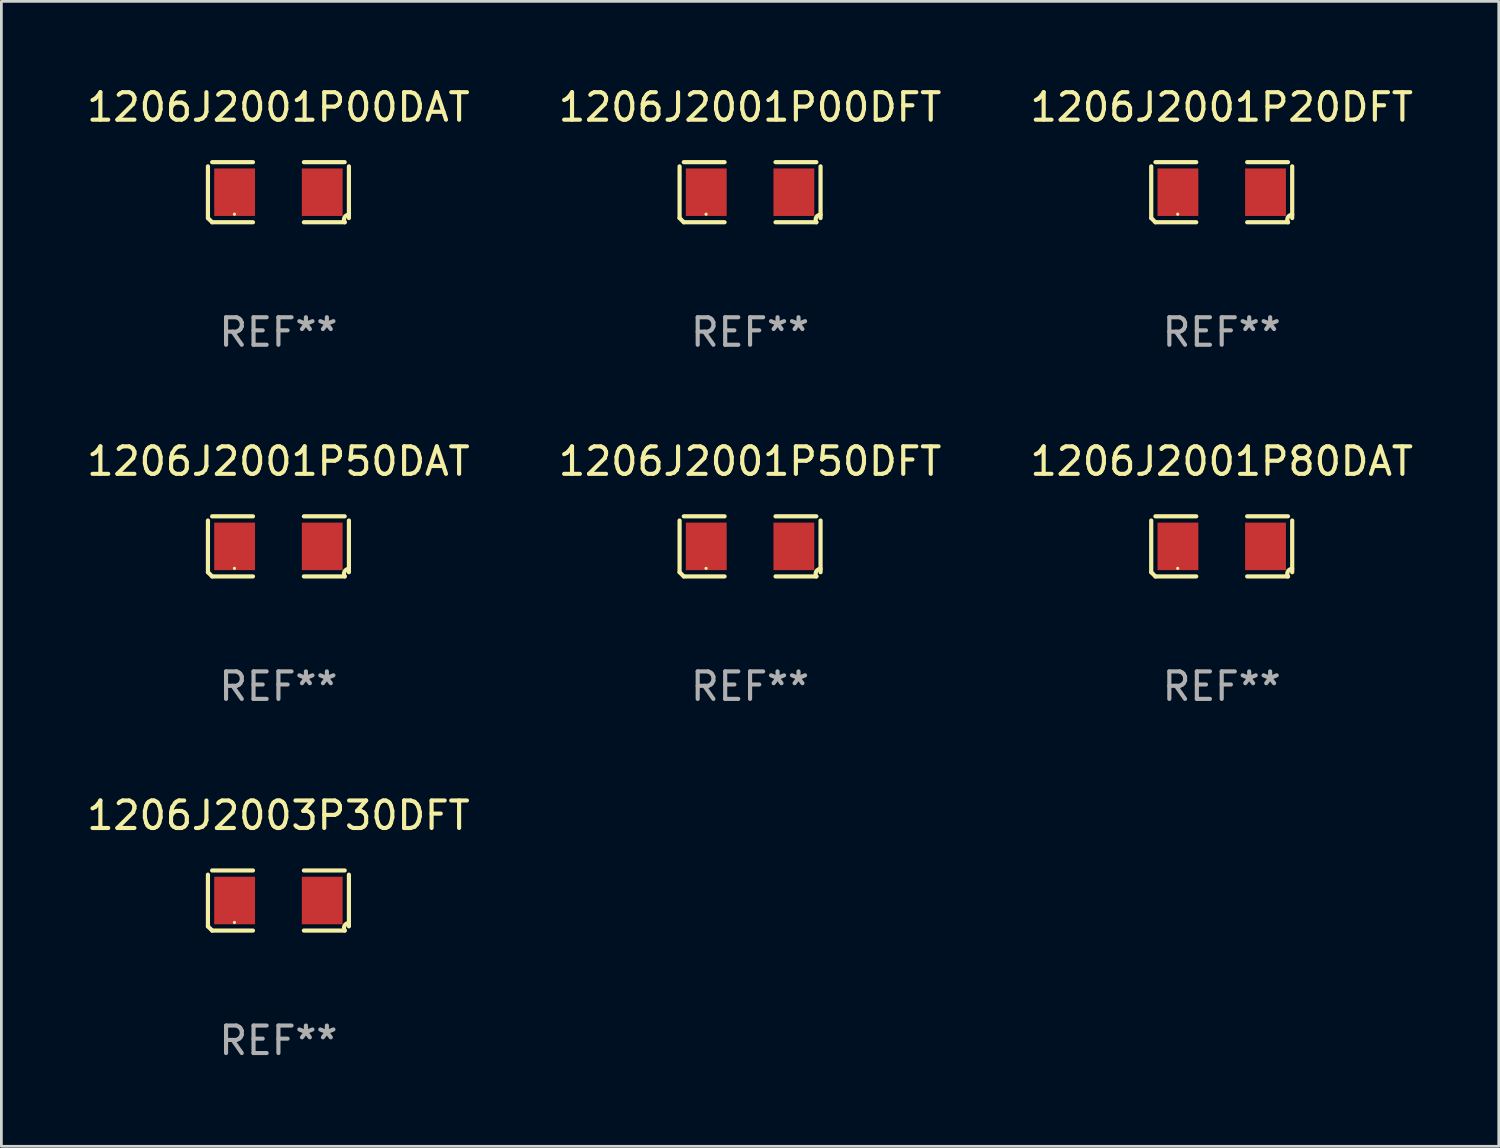
<source format=kicad_pcb>
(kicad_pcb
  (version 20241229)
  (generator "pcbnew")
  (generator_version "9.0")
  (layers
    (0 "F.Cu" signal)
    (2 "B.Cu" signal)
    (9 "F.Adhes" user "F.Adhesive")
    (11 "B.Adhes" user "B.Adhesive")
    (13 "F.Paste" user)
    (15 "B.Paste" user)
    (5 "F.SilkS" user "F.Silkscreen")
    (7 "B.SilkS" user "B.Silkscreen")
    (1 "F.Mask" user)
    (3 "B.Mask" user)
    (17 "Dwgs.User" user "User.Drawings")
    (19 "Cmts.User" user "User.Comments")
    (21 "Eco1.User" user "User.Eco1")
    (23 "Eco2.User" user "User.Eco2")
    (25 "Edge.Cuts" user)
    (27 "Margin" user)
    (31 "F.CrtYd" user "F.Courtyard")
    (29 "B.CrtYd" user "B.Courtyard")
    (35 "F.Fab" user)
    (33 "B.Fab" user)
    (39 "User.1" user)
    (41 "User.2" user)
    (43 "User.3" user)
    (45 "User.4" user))
  (footprint "1206J2003P30DFT"
    (layer "F.Cu")
    (at 7.077 29.704)
    (property "Reference" "1206J2003P30DFT" (at 0 -3.093 0) (layer "F.SilkS") (effects (font (size 1 1) (thickness 0.15))))
    (attr through_hole)
    (fp_line (start -2.564 0.94) (end -2.564 -0.94) (stroke (width 0.152) (type solid)) (layer "F.SilkS"))
    (fp_line (start -2.411 -1.093) (end -0.926 -1.093) (stroke (width 0.152) (type solid)) (layer "F.SilkS"))
    (fp_line (start -0.926 1.093) (end -2.411 1.093) (stroke (width 0.152) (type solid)) (layer "F.SilkS"))
    (fp_line (start 0.926 1.093) (end 2.411 1.093) (stroke (width 0.152) (type solid)) (layer "F.SilkS"))
    (fp_line (start 2.411 -1.093) (end 0.926 -1.093) (stroke (width 0.152) (type solid)) (layer "F.SilkS"))
    (fp_line (start 2.564 0.94) (end 2.564 -0.94) (stroke (width 0.152) (type solid)) (layer "F.SilkS"))
    (fp_arc (start -2.411201 1.092609) (mid -2.487413 1.01642) (end -2.563602 0.940208) (stroke (width 0.1524) (type solid)) (layer "F.SilkS"))
    (fp_arc (start 2.411201 1.092609) (mid 2.407159 0.911226) (end 2.563602 0.819347) (stroke (width 0.1524) (type solid)) (layer "F.SilkS"))
    (fp_circle (center -1.6 0.8) (end -1.57 0.8) (stroke (width 0.06) (type solid)) (fill no) (layer "F.SilkS"))
    (fp_text user "REF**" (at 0 5.093 0) (layer "F.Fab") (effects (font (size 1 1) (thickness 0.15))))
    (pad "1" smd rect (at -1.593 0) (size 1.485 1.728) (layers "F.Cu" "F.Mask" "F.Paste"))
    (pad "2" smd rect (at 1.593 0) (size 1.485 1.728) (layers "F.Cu" "F.Mask" "F.Paste")))
  (footprint "1206J2001P20DFT"
    (layer "F.Cu")
    (at 41.387 3.941)
    (property "Reference" "1206J2001P20DFT" (at 0 -3.093 0) (layer "F.SilkS") (effects (font (size 1 1) (thickness 0.15))))
    (attr through_hole)
    (fp_line (start -2.564 0.94) (end -2.564 -0.94) (stroke (width 0.152) (type solid)) (layer "F.SilkS"))
    (fp_line (start -2.411 -1.093) (end -0.926 -1.093) (stroke (width 0.152) (type solid)) (layer "F.SilkS"))
    (fp_line (start -0.926 1.093) (end -2.411 1.093) (stroke (width 0.152) (type solid)) (layer "F.SilkS"))
    (fp_line (start 0.926 1.093) (end 2.411 1.093) (stroke (width 0.152) (type solid)) (layer "F.SilkS"))
    (fp_line (start 2.411 -1.093) (end 0.926 -1.093) (stroke (width 0.152) (type solid)) (layer "F.SilkS"))
    (fp_line (start 2.564 0.94) (end 2.564 -0.94) (stroke (width 0.152) (type solid)) (layer "F.SilkS"))
    (fp_arc (start -2.411201 1.092609) (mid -2.487413 1.01642) (end -2.563602 0.940208) (stroke (width 0.1524) (type solid)) (layer "F.SilkS"))
    (fp_arc (start 2.411201 1.092609) (mid 2.407159 0.911226) (end 2.563602 0.819347) (stroke (width 0.1524) (type solid)) (layer "F.SilkS"))
    (fp_circle (center -1.6 0.8) (end -1.57 0.8) (stroke (width 0.06) (type solid)) (fill no) (layer "F.SilkS"))
    (fp_text user "REF**" (at 0 5.093 0) (layer "F.Fab") (effects (font (size 1 1) (thickness 0.15))))
    (pad "1" smd rect (at -1.593 0) (size 1.485 1.728) (layers "F.Cu" "F.Mask" "F.Paste"))
    (pad "2" smd rect (at 1.593 0) (size 1.485 1.728) (layers "F.Cu" "F.Mask" "F.Paste")))
  (footprint "1206J2001P00DAT"
    (layer "F.Cu")
    (at 7.077 3.941)
    (property "Reference" "1206J2001P00DAT" (at 0 -3.093 0) (layer "F.SilkS") (effects (font (size 1 1) (thickness 0.15))))
    (attr through_hole)
    (fp_line (start -2.564 0.94) (end -2.564 -0.94) (stroke (width 0.152) (type solid)) (layer "F.SilkS"))
    (fp_line (start -2.411 -1.093) (end -0.926 -1.093) (stroke (width 0.152) (type solid)) (layer "F.SilkS"))
    (fp_line (start -0.926 1.093) (end -2.411 1.093) (stroke (width 0.152) (type solid)) (layer "F.SilkS"))
    (fp_line (start 0.926 1.093) (end 2.411 1.093) (stroke (width 0.152) (type solid)) (layer "F.SilkS"))
    (fp_line (start 2.411 -1.093) (end 0.926 -1.093) (stroke (width 0.152) (type solid)) (layer "F.SilkS"))
    (fp_line (start 2.564 0.94) (end 2.564 -0.94) (stroke (width 0.152) (type solid)) (layer "F.SilkS"))
    (fp_arc (start -2.411201 1.092609) (mid -2.487413 1.01642) (end -2.563602 0.940208) (stroke (width 0.1524) (type solid)) (layer "F.SilkS"))
    (fp_arc (start 2.411201 1.092609) (mid 2.407159 0.911226) (end 2.563602 0.819347) (stroke (width 0.1524) (type solid)) (layer "F.SilkS"))
    (fp_circle (center -1.6 0.8) (end -1.57 0.8) (stroke (width 0.06) (type solid)) (fill no) (layer "F.SilkS"))
    (fp_text user "REF**" (at 0 5.093 0) (layer "F.Fab") (effects (font (size 1 1) (thickness 0.15))))
    (pad "1" smd rect (at -1.593 0) (size 1.485 1.728) (layers "F.Cu" "F.Mask" "F.Paste"))
    (pad "2" smd rect (at 1.593 0) (size 1.485 1.728) (layers "F.Cu" "F.Mask" "F.Paste")))
  (footprint "1206J2001P80DAT"
    (layer "F.Cu")
    (at 41.387 16.823)
    (property "Reference" "1206J2001P80DAT" (at 0 -3.093 0) (layer "F.SilkS") (effects (font (size 1 1) (thickness 0.15))))
    (attr through_hole)
    (fp_line (start -2.564 0.94) (end -2.564 -0.94) (stroke (width 0.152) (type solid)) (layer "F.SilkS"))
    (fp_line (start -2.411 -1.093) (end -0.926 -1.093) (stroke (width 0.152) (type solid)) (layer "F.SilkS"))
    (fp_line (start -0.926 1.093) (end -2.411 1.093) (stroke (width 0.152) (type solid)) (layer "F.SilkS"))
    (fp_line (start 0.926 1.093) (end 2.411 1.093) (stroke (width 0.152) (type solid)) (layer "F.SilkS"))
    (fp_line (start 2.411 -1.093) (end 0.926 -1.093) (stroke (width 0.152) (type solid)) (layer "F.SilkS"))
    (fp_line (start 2.564 0.94) (end 2.564 -0.94) (stroke (width 0.152) (type solid)) (layer "F.SilkS"))
    (fp_arc (start -2.411201 1.092609) (mid -2.487413 1.01642) (end -2.563602 0.940208) (stroke (width 0.1524) (type solid)) (layer "F.SilkS"))
    (fp_arc (start 2.411201 1.092609) (mid 2.407159 0.911226) (end 2.563602 0.819347) (stroke (width 0.1524) (type solid)) (layer "F.SilkS"))
    (fp_circle (center -1.6 0.8) (end -1.57 0.8) (stroke (width 0.06) (type solid)) (fill no) (layer "F.SilkS"))
    (fp_text user "REF**" (at 0 5.093 0) (layer "F.Fab") (effects (font (size 1 1) (thickness 0.15))))
    (pad "1" smd rect (at -1.593 0) (size 1.485 1.728) (layers "F.Cu" "F.Mask" "F.Paste"))
    (pad "2" smd rect (at 1.593 0) (size 1.485 1.728) (layers "F.Cu" "F.Mask" "F.Paste")))
  (footprint "1206J2001P50DFT"
    (layer "F.Cu")
    (at 24.232 16.823)
    (property "Reference" "1206J2001P50DFT" (at 0 -3.093 0) (layer "F.SilkS") (effects (font (size 1 1) (thickness 0.15))))
    (attr through_hole)
    (fp_line (start -2.564 0.94) (end -2.564 -0.94) (stroke (width 0.152) (type solid)) (layer "F.SilkS"))
    (fp_line (start -2.411 -1.093) (end -0.926 -1.093) (stroke (width 0.152) (type solid)) (layer "F.SilkS"))
    (fp_line (start -0.926 1.093) (end -2.411 1.093) (stroke (width 0.152) (type solid)) (layer "F.SilkS"))
    (fp_line (start 0.926 1.093) (end 2.411 1.093) (stroke (width 0.152) (type solid)) (layer "F.SilkS"))
    (fp_line (start 2.411 -1.093) (end 0.926 -1.093) (stroke (width 0.152) (type solid)) (layer "F.SilkS"))
    (fp_line (start 2.564 0.94) (end 2.564 -0.94) (stroke (width 0.152) (type solid)) (layer "F.SilkS"))
    (fp_arc (start -2.411201 1.092609) (mid -2.487413 1.01642) (end -2.563602 0.940208) (stroke (width 0.1524) (type solid)) (layer "F.SilkS"))
    (fp_arc (start 2.411201 1.092609) (mid 2.407159 0.911226) (end 2.563602 0.819347) (stroke (width 0.1524) (type solid)) (layer "F.SilkS"))
    (fp_circle (center -1.6 0.8) (end -1.57 0.8) (stroke (width 0.06) (type solid)) (fill no) (layer "F.SilkS"))
    (fp_text user "REF**" (at 0 5.093 0) (layer "F.Fab") (effects (font (size 1 1) (thickness 0.15))))
    (pad "1" smd rect (at -1.593 0) (size 1.485 1.728) (layers "F.Cu" "F.Mask" "F.Paste"))
    (pad "2" smd rect (at 1.593 0) (size 1.485 1.728) (layers "F.Cu" "F.Mask" "F.Paste")))
  (footprint "1206J2001P00DFT"
    (layer "F.Cu")
    (at 24.232 3.941)
    (property "Reference" "1206J2001P00DFT" (at 0 -3.093 0) (layer "F.SilkS") (effects (font (size 1 1) (thickness 0.15))))
    (attr through_hole)
    (fp_line (start -2.564 0.94) (end -2.564 -0.94) (stroke (width 0.152) (type solid)) (layer "F.SilkS"))
    (fp_line (start -2.411 -1.093) (end -0.926 -1.093) (stroke (width 0.152) (type solid)) (layer "F.SilkS"))
    (fp_line (start -0.926 1.093) (end -2.411 1.093) (stroke (width 0.152) (type solid)) (layer "F.SilkS"))
    (fp_line (start 0.926 1.093) (end 2.411 1.093) (stroke (width 0.152) (type solid)) (layer "F.SilkS"))
    (fp_line (start 2.411 -1.093) (end 0.926 -1.093) (stroke (width 0.152) (type solid)) (layer "F.SilkS"))
    (fp_line (start 2.564 0.94) (end 2.564 -0.94) (stroke (width 0.152) (type solid)) (layer "F.SilkS"))
    (fp_arc (start -2.411201 1.092609) (mid -2.487413 1.01642) (end -2.563602 0.940208) (stroke (width 0.1524) (type solid)) (layer "F.SilkS"))
    (fp_arc (start 2.411201 1.092609) (mid 2.407159 0.911226) (end 2.563602 0.819347) (stroke (width 0.1524) (type solid)) (layer "F.SilkS"))
    (fp_circle (center -1.6 0.8) (end -1.57 0.8) (stroke (width 0.06) (type solid)) (fill no) (layer "F.SilkS"))
    (fp_text user "REF**" (at 0 5.093 0) (layer "F.Fab") (effects (font (size 1 1) (thickness 0.15))))
    (pad "1" smd rect (at -1.593 0) (size 1.485 1.728) (layers "F.Cu" "F.Mask" "F.Paste"))
    (pad "2" smd rect (at 1.593 0) (size 1.485 1.728) (layers "F.Cu" "F.Mask" "F.Paste")))
  (footprint "1206J2001P50DAT"
    (layer "F.Cu")
    (at 7.077 16.823)
    (property "Reference" "1206J2001P50DAT" (at 0 -3.093 0) (layer "F.SilkS") (effects (font (size 1 1) (thickness 0.15))))
    (attr through_hole)
    (fp_line (start -2.564 0.94) (end -2.564 -0.94) (stroke (width 0.152) (type solid)) (layer "F.SilkS"))
    (fp_line (start -2.411 -1.093) (end -0.926 -1.093) (stroke (width 0.152) (type solid)) (layer "F.SilkS"))
    (fp_line (start -0.926 1.093) (end -2.411 1.093) (stroke (width 0.152) (type solid)) (layer "F.SilkS"))
    (fp_line (start 0.926 1.093) (end 2.411 1.093) (stroke (width 0.152) (type solid)) (layer "F.SilkS"))
    (fp_line (start 2.411 -1.093) (end 0.926 -1.093) (stroke (width 0.152) (type solid)) (layer "F.SilkS"))
    (fp_line (start 2.564 0.94) (end 2.564 -0.94) (stroke (width 0.152) (type solid)) (layer "F.SilkS"))
    (fp_arc (start -2.411201 1.092609) (mid -2.487413 1.01642) (end -2.563602 0.940208) (stroke (width 0.1524) (type solid)) (layer "F.SilkS"))
    (fp_arc (start 2.411201 1.092609) (mid 2.407159 0.911226) (end 2.563602 0.819347) (stroke (width 0.1524) (type solid)) (layer "F.SilkS"))
    (fp_circle (center -1.6 0.8) (end -1.57 0.8) (stroke (width 0.06) (type solid)) (fill no) (layer "F.SilkS"))
    (fp_text user "REF**" (at 0 5.093 0) (layer "F.Fab") (effects (font (size 1 1) (thickness 0.15))))
    (pad "1" smd rect (at -1.593 0) (size 1.485 1.728) (layers "F.Cu" "F.Mask" "F.Paste"))
    (pad "2" smd rect (at 1.593 0) (size 1.485 1.728) (layers "F.Cu" "F.Mask" "F.Paste")))
  (gr_rect
    (start -3 -3)
    (end 51.464 38.645)
    (stroke (width 0.1) (type default))
    (fill no)
    (layer "Edge.Cuts")))
</source>
